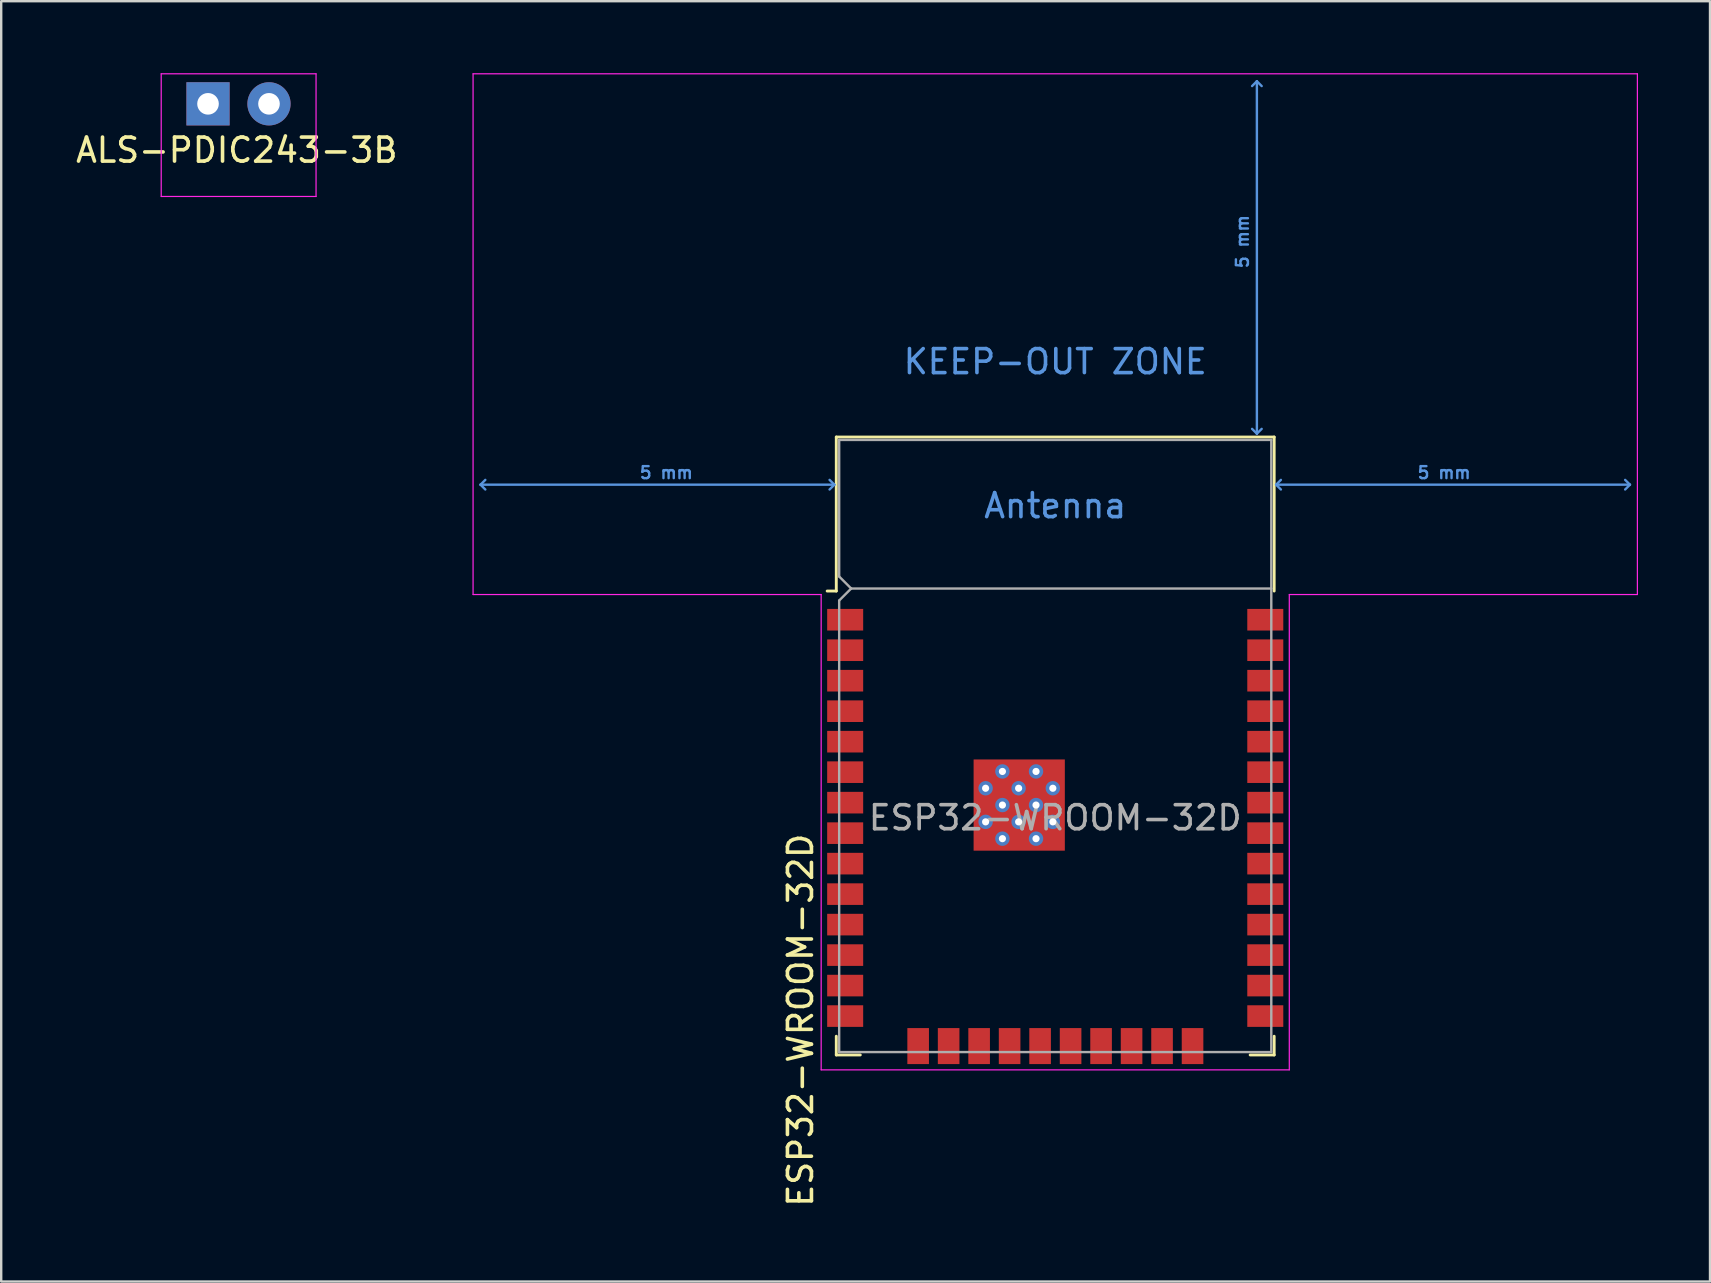
<source format=kicad_pcb>
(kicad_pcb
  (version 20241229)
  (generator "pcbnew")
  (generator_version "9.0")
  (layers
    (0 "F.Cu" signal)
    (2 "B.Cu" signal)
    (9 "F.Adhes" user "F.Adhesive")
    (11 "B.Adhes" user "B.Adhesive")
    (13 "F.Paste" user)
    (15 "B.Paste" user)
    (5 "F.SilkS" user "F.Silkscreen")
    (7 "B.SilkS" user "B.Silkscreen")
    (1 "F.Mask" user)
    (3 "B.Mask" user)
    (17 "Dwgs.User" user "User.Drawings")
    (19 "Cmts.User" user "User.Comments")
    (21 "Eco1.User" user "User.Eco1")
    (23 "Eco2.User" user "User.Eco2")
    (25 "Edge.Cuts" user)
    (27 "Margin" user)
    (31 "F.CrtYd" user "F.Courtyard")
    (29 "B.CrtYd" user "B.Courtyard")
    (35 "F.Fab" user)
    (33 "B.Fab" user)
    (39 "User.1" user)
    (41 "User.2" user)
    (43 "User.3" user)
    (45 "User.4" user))
  (footprint "ALS-PDIC243-3B"
    (layer "F.Cu")
    (at 5.615 1.275)
    (property "Reference" "ALS-PDIC243-3B" (at 1.2 1.93 180) (layer "F.SilkS") (effects (font (size 1 1) (thickness 0.15))))
    (attr through_hole)
    (fp_line (start -1.95 -1.25) (end -1.95 3.86) (stroke (width 0.05) (type solid)) (layer "F.CrtYd"))
    (fp_line (start 4.5 -1.25) (end -1.95 -1.25) (stroke (width 0.05) (type solid)) (layer "F.CrtYd"))
    (fp_line (start 4.5 3.86) (end -1.95 3.86) (stroke (width 0.05) (type solid)) (layer "F.CrtYd"))
    (fp_line (start 4.5 3.86) (end 4.5 -1.25) (stroke (width 0.05) (type solid)) (layer "F.CrtYd"))
    (fp_line (start 0 0) (end 0 0) (stroke (width 0.1) (type solid)) (layer "F.Fab"))
    (fp_line (start 2.54 0) (end 2.54 0) (stroke (width 0.1) (type solid)) (layer "F.Fab"))
    (pad "1" thru_hole rect (at 0 0) (size 1.8 1.8) (drill 0.9) (layers "*.Cu" "*.Mask"))
    (pad "2" thru_hole circle (at 2.54 0) (size 1.8 1.8) (drill 0.9) (layers "*.Cu" "*.Mask")))
  (footprint "ESP32-WROOM-32D"
    (layer "F.Cu")
    (at 40.906 31.015)
    (property "Reference" "ESP32-WROOM-32D" (at -10.61 8.43 270) (layer "F.SilkS") (effects (font (size 1 1) (thickness 0.15))))
    (attr smd)
    (fp_line (start -9.12 -15.86) (end -9.12 -9.445) (stroke (width 0.12) (type solid)) (layer "F.SilkS"))
    (fp_line (start -9.12 -15.86) (end 9.12 -15.86) (stroke (width 0.12) (type solid)) (layer "F.SilkS"))
    (fp_line (start -9.12 -9.445) (end -9.5 -9.445) (stroke (width 0.12) (type solid)) (layer "F.SilkS"))
    (fp_line (start -9.12 9.1) (end -9.12 9.88) (stroke (width 0.12) (type solid)) (layer "F.SilkS"))
    (fp_line (start -9.12 9.88) (end -8.12 9.88) (stroke (width 0.12) (type solid)) (layer "F.SilkS"))
    (fp_line (start 9.12 -15.86) (end 9.12 -9.445) (stroke (width 0.12) (type solid)) (layer "F.SilkS"))
    (fp_line (start 9.12 9.1) (end 9.12 9.88) (stroke (width 0.12) (type solid)) (layer "F.SilkS"))
    (fp_line (start 9.12 9.88) (end 8.12 9.88) (stroke (width 0.12) (type solid)) (layer "F.SilkS"))
    (fp_line (start -23.94 -13.875) (end -23.74 -14.075) (stroke (width 0.1) (type solid)) (layer "Cmts.User"))
    (fp_line (start -23.94 -13.875) (end -23.74 -13.675) (stroke (width 0.1) (type solid)) (layer "Cmts.User"))
    (fp_line (start -23.94 -13.875) (end -9.2 -13.875) (stroke (width 0.1) (type solid)) (layer "Cmts.User"))
    (fp_line (start -9.2 -13.875) (end -9.4 -14.075) (stroke (width 0.1) (type solid)) (layer "Cmts.User"))
    (fp_line (start -9.2 -13.875) (end -9.4 -13.675) (stroke (width 0.1) (type solid)) (layer "Cmts.User"))
    (fp_line (start 8.4 -30.68) (end 8.2 -30.48) (stroke (width 0.1) (type solid)) (layer "Cmts.User"))
    (fp_line (start 8.4 -30.68) (end 8.6 -30.48) (stroke (width 0.1) (type solid)) (layer "Cmts.User"))
    (fp_line (start 8.4 -16) (end 8.2 -16.2) (stroke (width 0.1) (type solid)) (layer "Cmts.User"))
    (fp_line (start 8.4 -16) (end 8.4 -30.68) (stroke (width 0.1) (type solid)) (layer "Cmts.User"))
    (fp_line (start 8.4 -16) (end 8.6 -16.2) (stroke (width 0.1) (type solid)) (layer "Cmts.User"))
    (fp_line (start 9.2 -13.875) (end 9.4 -14.075) (stroke (width 0.1) (type solid)) (layer "Cmts.User"))
    (fp_line (start 9.2 -13.875) (end 9.4 -13.675) (stroke (width 0.1) (type solid)) (layer "Cmts.User"))
    (fp_line (start 9.2 -13.875) (end 23.94 -13.875) (stroke (width 0.1) (type solid)) (layer "Cmts.User"))
    (fp_line (start 23.94 -13.875) (end 23.74 -14.075) (stroke (width 0.1) (type solid)) (layer "Cmts.User"))
    (fp_line (start 23.94 -13.875) (end 23.74 -13.675) (stroke (width 0.1) (type solid)) (layer "Cmts.User"))
    (fp_line (start -24.25 -30.99) (end -24.25 -9.3) (stroke (width 0.05) (type solid)) (layer "F.CrtYd"))
    (fp_line (start -24.25 -30.99) (end 24.25 -30.99) (stroke (width 0.05) (type solid)) (layer "F.CrtYd"))
    (fp_line (start -24.25 -9.3) (end -9.75 -9.3) (stroke (width 0.05) (type solid)) (layer "F.CrtYd"))
    (fp_line (start -9.75 10.5) (end -9.75 -9.3) (stroke (width 0.05) (type solid)) (layer "F.CrtYd"))
    (fp_line (start -9.75 10.5) (end 9.75 10.5) (stroke (width 0.05) (type solid)) (layer "F.CrtYd"))
    (fp_line (start 9.75 -9.3) (end 9.75 10.5) (stroke (width 0.05) (type solid)) (layer "F.CrtYd"))
    (fp_line (start 9.75 -9.3) (end 24.25 -9.3) (stroke (width 0.05) (type solid)) (layer "F.CrtYd"))
    (fp_line (start 24.25 -30.99) (end 24.25 -9.3) (stroke (width 0.05) (type solid)) (layer "F.CrtYd"))
    (fp_line (start -9 -15.74) (end -9 -10.05) (stroke (width 0.1) (type solid)) (layer "F.Fab"))
    (fp_line (start -9 -15.74) (end 9 -15.74) (stroke (width 0.1) (type solid)) (layer "F.Fab"))
    (fp_line (start -9 -9.05) (end -9 9.76) (stroke (width 0.1) (type solid)) (layer "F.Fab"))
    (fp_line (start -9 -9.05) (end -8.5 -9.55) (stroke (width 0.1) (type solid)) (layer "F.Fab"))
    (fp_line (start -9 9.76) (end 9 9.76) (stroke (width 0.1) (type solid)) (layer "F.Fab"))
    (fp_line (start -8.5 -9.55) (end -9 -10.05) (stroke (width 0.1) (type solid)) (layer "F.Fab"))
    (fp_line (start -8.5 -9.55) (end 9 -9.55) (stroke (width 0.1) (type solid)) (layer "F.Fab"))
    (fp_line (start 9 9.76) (end 9 -15.74) (stroke (width 0.1) (type solid)) (layer "F.Fab"))
    (fp_text user "Antenna" (at 0 -13 0) (layer "Cmts.User") (effects (font (size 1 1) (thickness 0.15))))
    (fp_text user "KEEP-OUT ZONE" (at 0 -19 0) (layer "Cmts.User") (effects (font (size 1 1) (thickness 0.15))))
    (fp_text user "5 mm" (at -16.2 -14.375 0) (layer "Cmts.User") (effects (font (size 0.5 0.5) (thickness 0.1))))
    (fp_text user "5 mm" (at 16.2 -14.375 0) (layer "Cmts.User") (effects (font (size 0.5 0.5) (thickness 0.1))))
    (fp_text user "5 mm" (at 7.8 -24 270) (layer "Cmts.User") (effects (font (size 0.5 0.5) (thickness 0.1))))
    (fp_text user "${REFERENCE}" (at 0 0 0) (layer "F.Fab") (effects (font (size 1 1) (thickness 0.15))))
    (pad "1" smd rect (at -8.75 -8.25) (size 1.5 0.9) (layers "F.Cu" "F.Mask" "F.Paste"))
    (pad "2" smd rect (at -8.75 -6.98) (size 1.5 0.9) (layers "F.Cu" "F.Mask" "F.Paste"))
    (pad "3" smd rect (at -8.75 -5.71) (size 1.5 0.9) (layers "F.Cu" "F.Mask" "F.Paste"))
    (pad "4" smd rect (at -8.75 -4.44) (size 1.5 0.9) (layers "F.Cu" "F.Mask" "F.Paste"))
    (pad "5" smd rect (at -8.75 -3.17) (size 1.5 0.9) (layers "F.Cu" "F.Mask" "F.Paste"))
    (pad "6" smd rect (at -8.75 -1.9) (size 1.5 0.9) (layers "F.Cu" "F.Mask" "F.Paste"))
    (pad "7" smd rect (at -8.75 -0.63) (size 1.5 0.9) (layers "F.Cu" "F.Mask" "F.Paste"))
    (pad "8" smd rect (at -8.75 0.64) (size 1.5 0.9) (layers "F.Cu" "F.Mask" "F.Paste"))
    (pad "9" smd rect (at -8.75 1.91) (size 1.5 0.9) (layers "F.Cu" "F.Mask" "F.Paste"))
    (pad "10" smd rect (at -8.75 3.18) (size 1.5 0.9) (layers "F.Cu" "F.Mask" "F.Paste"))
    (pad "11" smd rect (at -8.75 4.45) (size 1.5 0.9) (layers "F.Cu" "F.Mask" "F.Paste"))
    (pad "12" smd rect (at -8.75 5.72) (size 1.5 0.9) (layers "F.Cu" "F.Mask" "F.Paste"))
    (pad "13" smd rect (at -8.75 6.99) (size 1.5 0.9) (layers "F.Cu" "F.Mask" "F.Paste"))
    (pad "14" smd rect (at -8.75 8.26) (size 1.5 0.9) (layers "F.Cu" "F.Mask" "F.Paste"))
    (pad "15" smd rect (at -5.71 9.51 90) (size 1.5 0.9) (layers "F.Cu" "F.Mask" "F.Paste"))
    (pad "16" smd rect (at -4.44 9.51 90) (size 1.5 0.9) (layers "F.Cu" "F.Mask" "F.Paste"))
    (pad "17" smd rect (at -3.17 9.51 90) (size 1.5 0.9) (layers "F.Cu" "F.Mask" "F.Paste"))
    (pad "18" smd rect (at -1.9 9.51 90) (size 1.5 0.9) (layers "F.Cu" "F.Mask" "F.Paste"))
    (pad "19" smd rect (at -0.63 9.51 90) (size 1.5 0.9) (layers "F.Cu" "F.Mask" "F.Paste"))
    (pad "20" smd rect (at 0.64 9.51 90) (size 1.5 0.9) (layers "F.Cu" "F.Mask" "F.Paste"))
    (pad "21" smd rect (at 1.91 9.51 90) (size 1.5 0.9) (layers "F.Cu" "F.Mask" "F.Paste"))
    (pad "22" smd rect (at 3.18 9.51 90) (size 1.5 0.9) (layers "F.Cu" "F.Mask" "F.Paste"))
    (pad "23" smd rect (at 4.45 9.51 90) (size 1.5 0.9) (layers "F.Cu" "F.Mask" "F.Paste"))
    (pad "24" smd rect (at 5.72 9.51 90) (size 1.5 0.9) (layers "F.Cu" "F.Mask" "F.Paste"))
    (pad "25" smd rect (at 8.75 8.26) (size 1.5 0.9) (layers "F.Cu" "F.Mask" "F.Paste"))
    (pad "26" smd rect (at 8.75 6.99) (size 1.5 0.9) (layers "F.Cu" "F.Mask" "F.Paste"))
    (pad "27" smd rect (at 8.75 5.72) (size 1.5 0.9) (layers "F.Cu" "F.Mask" "F.Paste"))
    (pad "28" smd rect (at 8.75 4.45) (size 1.5 0.9) (layers "F.Cu" "F.Mask" "F.Paste"))
    (pad "29" smd rect (at 8.75 3.18) (size 1.5 0.9) (layers "F.Cu" "F.Mask" "F.Paste"))
    (pad "30" smd rect (at 8.75 1.91) (size 1.5 0.9) (layers "F.Cu" "F.Mask" "F.Paste"))
    (pad "31" smd rect (at 8.75 0.64) (size 1.5 0.9) (layers "F.Cu" "F.Mask" "F.Paste"))
    (pad "32" smd rect (at 8.75 -0.63) (size 1.5 0.9) (layers "F.Cu" "F.Mask" "F.Paste"))
    (pad "33" smd rect (at 8.75 -1.9) (size 1.5 0.9) (layers "F.Cu" "F.Mask" "F.Paste"))
    (pad "34" smd rect (at 8.75 -3.17) (size 1.5 0.9) (layers "F.Cu" "F.Mask" "F.Paste"))
    (pad "35" smd rect (at 8.75 -4.44) (size 1.5 0.9) (layers "F.Cu" "F.Mask" "F.Paste"))
    (pad "36" smd rect (at 8.75 -5.71) (size 1.5 0.9) (layers "F.Cu" "F.Mask" "F.Paste"))
    (pad "37" smd rect (at 8.75 -6.98) (size 1.5 0.9) (layers "F.Cu" "F.Mask" "F.Paste"))
    (pad "38" smd rect (at 8.75 -8.25) (size 1.5 0.9) (layers "F.Cu" "F.Mask" "F.Paste"))
    (pad "39" smd rect (at -2.9 -1.93) (size 0.9 0.9) (layers "F.Cu" "F.Paste"))
    (pad "39" thru_hole circle (at -2.9 -1.23) (size 0.6 0.6) (drill 0.3) (property pad_prop_heatsink) (layers "*.Cu" "F.Mask"))
    (pad "39" smd rect (at -2.9 -0.53) (size 0.9 0.9) (layers "F.Cu" "F.Paste"))
    (pad "39" thru_hole circle (at -2.9 0.17) (size 0.6 0.6) (drill 0.3) (property pad_prop_heatsink) (layers "*.Cu" "F.Mask"))
    (pad "39" smd rect (at -2.9 0.87) (size 0.9 0.9) (layers "F.Cu" "F.Paste"))
    (pad "39" thru_hole circle (at -2.2 -1.93) (size 0.6 0.6) (drill 0.3) (property pad_prop_heatsink) (layers "*.Cu" "F.Mask"))
    (pad "39" thru_hole circle (at -2.2 -0.53) (size 0.6 0.6) (drill 0.3) (property pad_prop_heatsink) (layers "*.Cu" "F.Mask"))
    (pad "39" thru_hole circle (at -2.2 0.87) (size 0.6 0.6) (drill 0.3) (property pad_prop_heatsink) (layers "*.Cu" "F.Mask"))
    (pad "39" thru_hole circle (at -1.525 -1.23) (size 0.6 0.6) (drill 0.3) (property pad_prop_heatsink) (layers "*.Cu" "F.Mask"))
    (pad "39" thru_hole circle (at -1.525 0.17) (size 0.6 0.6) (drill 0.3) (property pad_prop_heatsink) (layers "*.Cu" "F.Mask"))
    (pad "39" smd rect (at -1.5 -1.93) (size 0.9 0.9) (layers "F.Cu" "F.Paste"))
    (pad "39" smd rect (at -1.5 -0.53) (size 0.9 0.9) (layers "F.Cu" "F.Paste"))
    (pad "39" smd rect (at -1.5 -0.53) (size 3.8 3.8) (layers "F.Cu" "F.Mask"))
    (pad "39" smd rect (at -1.5 0.87) (size 0.9 0.9) (layers "F.Cu" "F.Paste"))
    (pad "39" thru_hole circle (at -0.8 -1.93) (size 0.6 0.6) (drill 0.3) (property pad_prop_heatsink) (layers "*.Cu" "F.Mask"))
    (pad "39" thru_hole circle (at -0.8 -0.53) (size 0.6 0.6) (drill 0.3) (property pad_prop_heatsink) (layers "*.Cu" "F.Mask"))
    (pad "39" thru_hole circle (at -0.8 0.87) (size 0.6 0.6) (drill 0.3) (property pad_prop_heatsink) (layers "*.Cu" "F.Mask"))
    (pad "39" smd rect (at -0.1 -1.93) (size 0.9 0.9) (layers "F.Cu" "F.Paste"))
    (pad "39" thru_hole circle (at -0.1 -1.23) (size 0.6 0.6) (drill 0.3) (property pad_prop_heatsink) (layers "*.Cu" "F.Mask"))
    (pad "39" smd rect (at -0.1 -0.53) (size 0.9 0.9) (layers "F.Cu" "F.Paste"))
    (pad "39" thru_hole circle (at -0.1 0.17) (size 0.6 0.6) (drill 0.3) (property pad_prop_heatsink) (layers "*.Cu" "F.Mask"))
    (pad "39" smd rect (at -0.1 0.87) (size 0.9 0.9) (layers "F.Cu" "F.Paste"))
    (zone (net_name "") (layers "F.Cu" "B.Cu") (hatch full 0.508) (connect_pads) (min_thickness 0.254) (filled_areas_thickness no) (keepout (tracks not_allowed) (vias not_allowed) (pads not_allowed) (copperpour not_allowed) (footprints not_allowed)) (placement (enabled no)) (fill) (polygon (pts (xy 16.906 21.465) (xy 64.906 21.465) (xy 64.906 0.275) (xy 16.906 0.275)))))
  (gr_rect
    (start -3 -3)
    (end 68.181 50.332)
    (stroke (width 0.1) (type default))
    (fill no)
    (layer "Edge.Cuts")))
</source>
